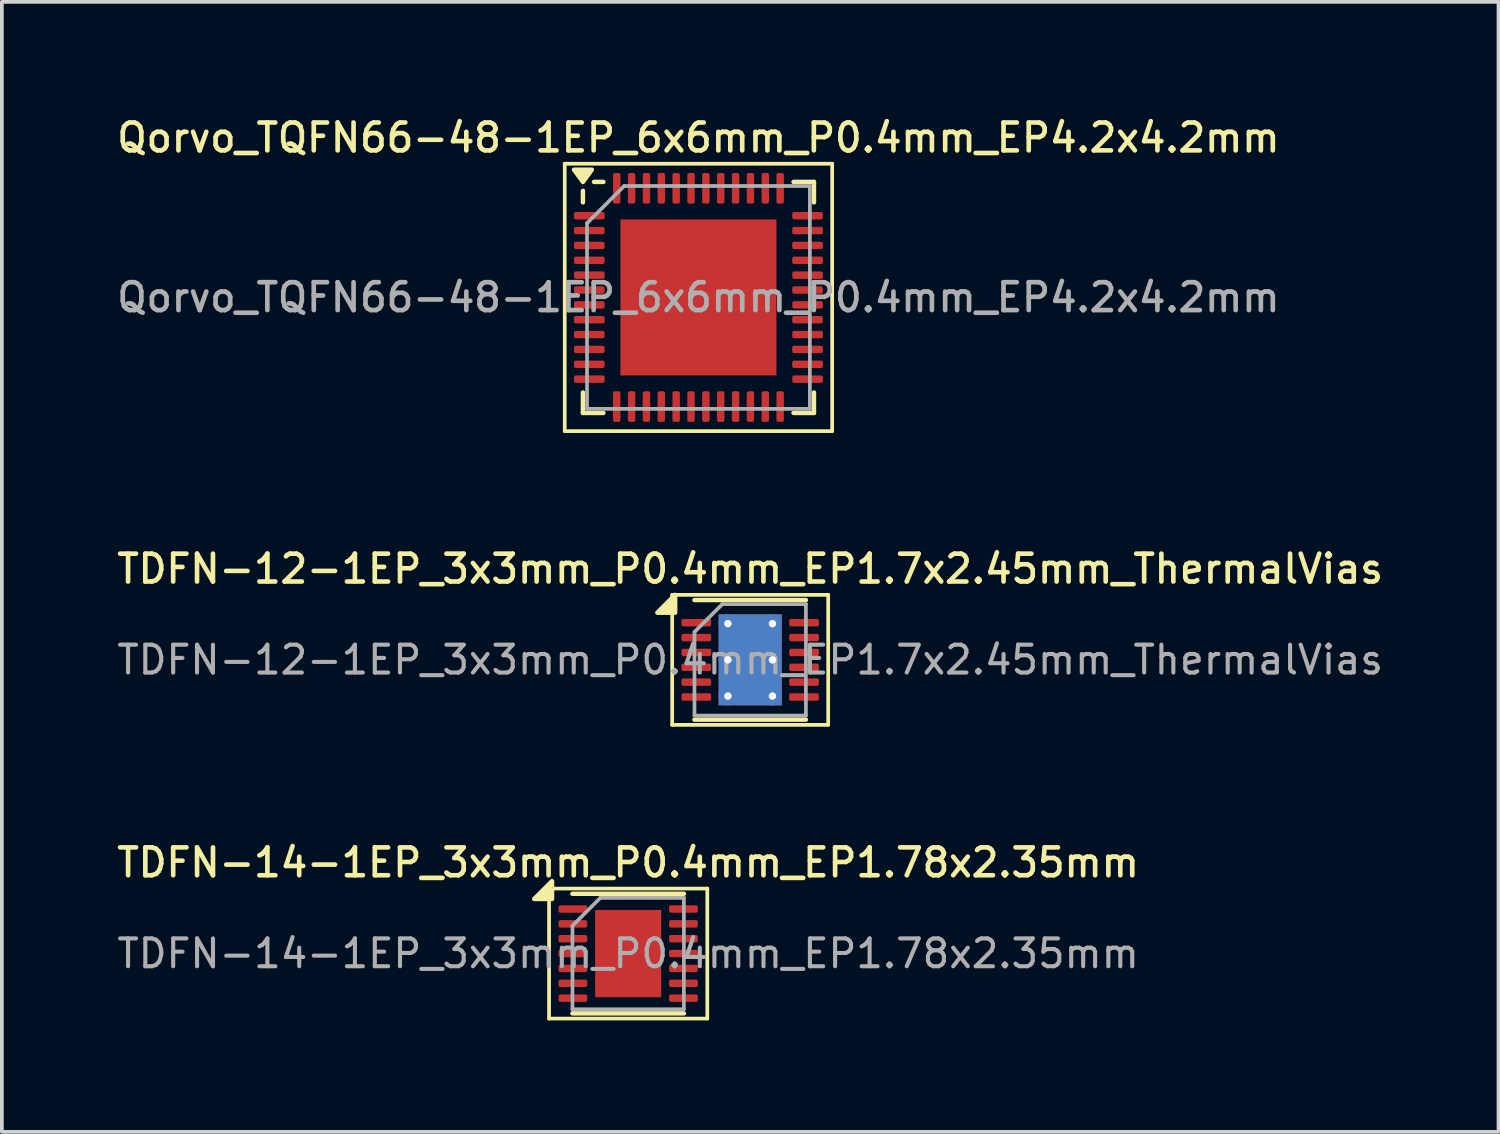
<source format=kicad_pcb>
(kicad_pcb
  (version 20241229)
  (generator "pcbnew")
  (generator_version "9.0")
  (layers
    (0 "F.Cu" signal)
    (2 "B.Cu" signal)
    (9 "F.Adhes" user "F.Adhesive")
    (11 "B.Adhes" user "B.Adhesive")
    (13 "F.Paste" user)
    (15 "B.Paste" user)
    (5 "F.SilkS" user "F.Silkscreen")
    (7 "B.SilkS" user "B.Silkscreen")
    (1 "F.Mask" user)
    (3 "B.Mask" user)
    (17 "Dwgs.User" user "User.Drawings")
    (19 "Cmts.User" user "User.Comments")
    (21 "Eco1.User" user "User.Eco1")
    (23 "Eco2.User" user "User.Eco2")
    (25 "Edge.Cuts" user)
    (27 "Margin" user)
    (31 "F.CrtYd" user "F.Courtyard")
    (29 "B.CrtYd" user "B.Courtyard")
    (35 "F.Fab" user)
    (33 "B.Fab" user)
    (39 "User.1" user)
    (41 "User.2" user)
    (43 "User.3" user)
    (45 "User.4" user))
  (footprint "TDFN-12-1EP_3x3mm_P0.4mm_EP1.7x2.45mm_ThermalVias"
    (layer "F.Cu")
    (at 17.148 14.716)
    (property "Reference" "TDFN-12-1EP_3x3mm_P0.4mm_EP1.7x2.45mm_ThermalVias" (at 0 -2.45 0) (layer "F.SilkS") (effects (font (size 0.75 0.75) (thickness 0.125))))
    (attr smd)
    (fp_line (start -2.1 -1.75) (end -2.1 1.75) (stroke (width 0.1) (type solid)) (layer "F.SilkS"))
    (fp_line (start -2.1 1.75) (end 2.1 1.75) (stroke (width 0.1) (type solid)) (layer "F.SilkS"))
    (fp_line (start -1.5 -1.61) (end 1.5 -1.61) (stroke (width 0.12) (type solid)) (layer "F.SilkS"))
    (fp_line (start -1.5 1.61) (end 1.5 1.61) (stroke (width 0.12) (type solid)) (layer "F.SilkS"))
    (fp_line (start 2.1 -1.75) (end -2.1 -1.75) (stroke (width 0.1) (type solid)) (layer "F.SilkS"))
    (fp_line (start 2.1 1.75) (end 2.1 -1.75) (stroke (width 0.1) (type solid)) (layer "F.SilkS"))
    (fp_poly (pts (xy -2.02 -1.27) (xy -2.5 -1.27) (xy -2.02 -1.75) (xy -2.02 -1.27)) (stroke (width 0.12) (type solid)) (fill yes) (layer "F.SilkS"))
    (fp_line (start -1.5 -0.75) (end -0.75 -1.5) (stroke (width 0.1) (type solid)) (layer "F.Fab"))
    (fp_line (start -1.5 1.5) (end -1.5 -0.75) (stroke (width 0.1) (type solid)) (layer "F.Fab"))
    (fp_line (start -0.75 -1.5) (end 1.5 -1.5) (stroke (width 0.1) (type solid)) (layer "F.Fab"))
    (fp_line (start 1.5 -1.5) (end 1.5 1.5) (stroke (width 0.1) (type solid)) (layer "F.Fab"))
    (fp_line (start 1.5 1.5) (end -1.5 1.5) (stroke (width 0.1) (type solid)) (layer "F.Fab"))
    (fp_text user "${REFERENCE}" (at 0 0 0) (layer "F.Fab") (effects (font (size 0.75 0.75) (thickness 0.11))))
    (pad "" smd roundrect (at -0.57 -0.915) (size 0.46 0.49) (layers "F.Paste") (roundrect_rratio 0.25))
    (pad "" smd roundrect (at -0.57 -0.305) (size 0.46 0.49) (layers "F.Paste") (roundrect_rratio 0.25))
    (pad "" smd roundrect (at -0.57 0.305) (size 0.46 0.49) (layers "F.Paste") (roundrect_rratio 0.25))
    (pad "" smd roundrect (at -0.57 0.915) (size 0.46 0.49) (layers "F.Paste") (roundrect_rratio 0.25))
    (pad "" smd roundrect (at 0 -0.915) (size 0.46 0.49) (layers "F.Paste") (roundrect_rratio 0.25))
    (pad "" smd roundrect (at 0 -0.305) (size 0.46 0.49) (layers "F.Paste") (roundrect_rratio 0.25))
    (pad "" smd roundrect (at 0 0.305) (size 0.46 0.49) (layers "F.Paste") (roundrect_rratio 0.25))
    (pad "" smd roundrect (at 0 0.915) (size 0.46 0.49) (layers "F.Paste") (roundrect_rratio 0.25))
    (pad "" smd roundrect (at 0.57 -0.915) (size 0.46 0.49) (layers "F.Paste") (roundrect_rratio 0.25))
    (pad "" smd roundrect (at 0.57 -0.305) (size 0.46 0.49) (layers "F.Paste") (roundrect_rratio 0.25))
    (pad "" smd roundrect (at 0.57 0.305) (size 0.46 0.49) (layers "F.Paste") (roundrect_rratio 0.25))
    (pad "" smd roundrect (at 0.57 0.915) (size 0.46 0.49) (layers "F.Paste") (roundrect_rratio 0.25))
    (pad "1" smd roundrect (at -1.45 -1) (size 0.8 0.2) (layers "F.Cu" "F.Mask" "F.Paste") (roundrect_rratio 0.25))
    (pad "2" smd roundrect (at -1.45 -0.6) (size 0.8 0.2) (layers "F.Cu" "F.Mask" "F.Paste") (roundrect_rratio 0.25))
    (pad "3" smd roundrect (at -1.45 -0.2) (size 0.8 0.2) (layers "F.Cu" "F.Mask" "F.Paste") (roundrect_rratio 0.25))
    (pad "4" smd roundrect (at -1.45 0.2) (size 0.8 0.2) (layers "F.Cu" "F.Mask" "F.Paste") (roundrect_rratio 0.25))
    (pad "5" smd roundrect (at -1.45 0.6) (size 0.8 0.2) (layers "F.Cu" "F.Mask" "F.Paste") (roundrect_rratio 0.25))
    (pad "6" smd roundrect (at -1.45 1) (size 0.8 0.2) (layers "F.Cu" "F.Mask" "F.Paste") (roundrect_rratio 0.25))
    (pad "7" smd roundrect (at 1.45 1) (size 0.8 0.2) (layers "F.Cu" "F.Mask" "F.Paste") (roundrect_rratio 0.25))
    (pad "8" smd roundrect (at 1.45 0.6) (size 0.8 0.2) (layers "F.Cu" "F.Mask" "F.Paste") (roundrect_rratio 0.25))
    (pad "9" smd roundrect (at 1.45 0.2) (size 0.8 0.2) (layers "F.Cu" "F.Mask" "F.Paste") (roundrect_rratio 0.25))
    (pad "10" smd roundrect (at 1.45 -0.2) (size 0.8 0.2) (layers "F.Cu" "F.Mask" "F.Paste") (roundrect_rratio 0.25))
    (pad "11" smd roundrect (at 1.45 -0.6) (size 0.8 0.2) (layers "F.Cu" "F.Mask" "F.Paste") (roundrect_rratio 0.25))
    (pad "12" smd roundrect (at 1.45 -1) (size 0.8 0.2) (layers "F.Cu" "F.Mask" "F.Paste") (roundrect_rratio 0.25))
    (pad "13" thru_hole circle (at -0.6 -0.975) (size 0.5 0.5) (drill 0.2) (property pad_prop_heatsink) (layers "*.Cu"))
    (pad "13" thru_hole circle (at -0.6 0) (size 0.5 0.5) (drill 0.2) (property pad_prop_heatsink) (layers "*.Cu"))
    (pad "13" thru_hole circle (at -0.6 0.975) (size 0.5 0.5) (drill 0.2) (property pad_prop_heatsink) (layers "*.Cu"))
    (pad "13" smd rect (at 0 0) (size 1.7 2.45) (property pad_prop_heatsink) (layers "F.Cu" "F.Mask"))
    (pad "13" smd rect (at 0 0) (size 1.7 2.45) (property pad_prop_heatsink) (layers "B.Cu"))
    (pad "13" thru_hole circle (at 0.6 -0.975) (size 0.5 0.5) (drill 0.2) (property pad_prop_heatsink) (layers "*.Cu"))
    (pad "13" thru_hole circle (at 0.6 0) (size 0.5 0.5) (drill 0.2) (property pad_prop_heatsink) (layers "*.Cu"))
    (pad "13" thru_hole circle (at 0.6 0.975) (size 0.5 0.5) (drill 0.2) (property pad_prop_heatsink) (layers "*.Cu")))
  (footprint "Qorvo_TQFN66-48-1EP_6x6mm_P0.4mm_EP4.2x4.2mm"
    (layer "F.Cu")
    (at 15.755 4.958)
    (property "Reference" "Qorvo_TQFN66-48-1EP_6x6mm_P0.4mm_EP4.2x4.2mm" (at 0 -4.3 0) (layer "F.SilkS") (effects (font (size 0.75 0.75) (thickness 0.125))))
    (attr smd)
    (fp_line (start -3.6 -3.6) (end -3.6 3.6) (stroke (width 0.1) (type solid)) (layer "F.SilkS"))
    (fp_line (start -3.6 3.6) (end 3.6 3.6) (stroke (width 0.1) (type solid)) (layer "F.SilkS"))
    (fp_line (start -3.11 -2.56) (end -3.11 -2.87) (stroke (width 0.12) (type solid)) (layer "F.SilkS"))
    (fp_line (start -3.11 3.11) (end -3.11 2.56) (stroke (width 0.12) (type solid)) (layer "F.SilkS"))
    (fp_line (start -2.56 -3.11) (end -2.81 -3.11) (stroke (width 0.12) (type solid)) (layer "F.SilkS"))
    (fp_line (start -2.56 3.11) (end -3.11 3.11) (stroke (width 0.12) (type solid)) (layer "F.SilkS"))
    (fp_line (start 2.56 -3.11) (end 3.11 -3.11) (stroke (width 0.12) (type solid)) (layer "F.SilkS"))
    (fp_line (start 2.56 3.11) (end 3.11 3.11) (stroke (width 0.12) (type solid)) (layer "F.SilkS"))
    (fp_line (start 3.11 -3.11) (end 3.11 -2.56) (stroke (width 0.12) (type solid)) (layer "F.SilkS"))
    (fp_line (start 3.11 3.11) (end 3.11 2.56) (stroke (width 0.12) (type solid)) (layer "F.SilkS"))
    (fp_line (start 3.6 -3.6) (end -3.6 -3.6) (stroke (width 0.1) (type solid)) (layer "F.SilkS"))
    (fp_line (start 3.6 3.6) (end 3.6 -3.6) (stroke (width 0.1) (type solid)) (layer "F.SilkS"))
    (fp_poly (pts (xy -3.11 -3.11) (xy -3.35 -3.44) (xy -2.87 -3.44) (xy -3.11 -3.11)) (stroke (width 0.12) (type solid)) (fill yes) (layer "F.SilkS"))
    (fp_line (start -3 -2) (end -2 -3) (stroke (width 0.1) (type solid)) (layer "F.Fab"))
    (fp_line (start -3 3) (end -3 -2) (stroke (width 0.1) (type solid)) (layer "F.Fab"))
    (fp_line (start -2 -3) (end 3 -3) (stroke (width 0.1) (type solid)) (layer "F.Fab"))
    (fp_line (start 3 -3) (end 3 3) (stroke (width 0.1) (type solid)) (layer "F.Fab"))
    (fp_line (start 3 3) (end -3 3) (stroke (width 0.1) (type solid)) (layer "F.Fab"))
    (fp_text user "${REFERENCE}" (at 0 0 0) (layer "F.Fab") (effects (font (size 0.75 0.75) (thickness 0.125))))
    (pad "" smd roundrect (at -1.4 -1.4) (size 1.13 1.13) (layers "F.Paste") (roundrect_rratio 0.221))
    (pad "" smd roundrect (at -1.4 0) (size 1.13 1.13) (layers "F.Paste") (roundrect_rratio 0.221))
    (pad "" smd roundrect (at -1.4 1.4) (size 1.13 1.13) (layers "F.Paste") (roundrect_rratio 0.221))
    (pad "" smd roundrect (at 0 -1.4) (size 1.13 1.13) (layers "F.Paste") (roundrect_rratio 0.221))
    (pad "" smd roundrect (at 0 0) (size 1.13 1.13) (layers "F.Paste") (roundrect_rratio 0.221))
    (pad "" smd roundrect (at 0 1.4) (size 1.13 1.13) (layers "F.Paste") (roundrect_rratio 0.221))
    (pad "" smd roundrect (at 1.4 -1.4) (size 1.13 1.13) (layers "F.Paste") (roundrect_rratio 0.221))
    (pad "" smd roundrect (at 1.4 0) (size 1.13 1.13) (layers "F.Paste") (roundrect_rratio 0.221))
    (pad "" smd roundrect (at 1.4 1.4) (size 1.13 1.13) (layers "F.Paste") (roundrect_rratio 0.221))
    (pad "1" smd roundrect (at -2.938 -2.2) (size 0.825 0.2) (layers "F.Cu" "F.Mask" "F.Paste") (roundrect_rratio 0.25))
    (pad "2" smd roundrect (at -2.938 -1.8) (size 0.825 0.2) (layers "F.Cu" "F.Mask" "F.Paste") (roundrect_rratio 0.25))
    (pad "3" smd roundrect (at -2.938 -1.4) (size 0.825 0.2) (layers "F.Cu" "F.Mask" "F.Paste") (roundrect_rratio 0.25))
    (pad "4" smd roundrect (at -2.938 -1) (size 0.825 0.2) (layers "F.Cu" "F.Mask" "F.Paste") (roundrect_rratio 0.25))
    (pad "5" smd roundrect (at -2.938 -0.6) (size 0.825 0.2) (layers "F.Cu" "F.Mask" "F.Paste") (roundrect_rratio 0.25))
    (pad "6" smd roundrect (at -2.938 -0.2) (size 0.825 0.2) (layers "F.Cu" "F.Mask" "F.Paste") (roundrect_rratio 0.25))
    (pad "7" smd roundrect (at -2.938 0.2) (size 0.825 0.2) (layers "F.Cu" "F.Mask" "F.Paste") (roundrect_rratio 0.25))
    (pad "8" smd roundrect (at -2.938 0.6) (size 0.825 0.2) (layers "F.Cu" "F.Mask" "F.Paste") (roundrect_rratio 0.25))
    (pad "9" smd roundrect (at -2.938 1) (size 0.825 0.2) (layers "F.Cu" "F.Mask" "F.Paste") (roundrect_rratio 0.25))
    (pad "10" smd roundrect (at -2.938 1.4) (size 0.825 0.2) (layers "F.Cu" "F.Mask" "F.Paste") (roundrect_rratio 0.25))
    (pad "11" smd roundrect (at -2.938 1.8) (size 0.825 0.2) (layers "F.Cu" "F.Mask" "F.Paste") (roundrect_rratio 0.25))
    (pad "12" smd roundrect (at -2.938 2.2) (size 0.825 0.2) (layers "F.Cu" "F.Mask" "F.Paste") (roundrect_rratio 0.25))
    (pad "13" smd roundrect (at -2.2 2.938) (size 0.2 0.825) (layers "F.Cu" "F.Mask" "F.Paste") (roundrect_rratio 0.25))
    (pad "14" smd roundrect (at -1.8 2.938) (size 0.2 0.825) (layers "F.Cu" "F.Mask" "F.Paste") (roundrect_rratio 0.25))
    (pad "15" smd roundrect (at -1.4 2.938) (size 0.2 0.825) (layers "F.Cu" "F.Mask" "F.Paste") (roundrect_rratio 0.25))
    (pad "16" smd roundrect (at -1 2.938) (size 0.2 0.825) (layers "F.Cu" "F.Mask" "F.Paste") (roundrect_rratio 0.25))
    (pad "17" smd roundrect (at -0.6 2.938) (size 0.2 0.825) (layers "F.Cu" "F.Mask" "F.Paste") (roundrect_rratio 0.25))
    (pad "18" smd roundrect (at -0.2 2.938) (size 0.2 0.825) (layers "F.Cu" "F.Mask" "F.Paste") (roundrect_rratio 0.25))
    (pad "19" smd roundrect (at 0.2 2.938) (size 0.2 0.825) (layers "F.Cu" "F.Mask" "F.Paste") (roundrect_rratio 0.25))
    (pad "20" smd roundrect (at 0.6 2.938) (size 0.2 0.825) (layers "F.Cu" "F.Mask" "F.Paste") (roundrect_rratio 0.25))
    (pad "21" smd roundrect (at 1 2.938) (size 0.2 0.825) (layers "F.Cu" "F.Mask" "F.Paste") (roundrect_rratio 0.25))
    (pad "22" smd roundrect (at 1.4 2.938) (size 0.2 0.825) (layers "F.Cu" "F.Mask" "F.Paste") (roundrect_rratio 0.25))
    (pad "23" smd roundrect (at 1.8 2.938) (size 0.2 0.825) (layers "F.Cu" "F.Mask" "F.Paste") (roundrect_rratio 0.25))
    (pad "24" smd roundrect (at 2.2 2.938) (size 0.2 0.825) (layers "F.Cu" "F.Mask" "F.Paste") (roundrect_rratio 0.25))
    (pad "25" smd roundrect (at 2.938 2.2) (size 0.825 0.2) (layers "F.Cu" "F.Mask" "F.Paste") (roundrect_rratio 0.25))
    (pad "26" smd roundrect (at 2.938 1.8) (size 0.825 0.2) (layers "F.Cu" "F.Mask" "F.Paste") (roundrect_rratio 0.25))
    (pad "27" smd roundrect (at 2.938 1.4) (size 0.825 0.2) (layers "F.Cu" "F.Mask" "F.Paste") (roundrect_rratio 0.25))
    (pad "28" smd roundrect (at 2.938 1) (size 0.825 0.2) (layers "F.Cu" "F.Mask" "F.Paste") (roundrect_rratio 0.25))
    (pad "29" smd roundrect (at 2.938 0.6) (size 0.825 0.2) (layers "F.Cu" "F.Mask" "F.Paste") (roundrect_rratio 0.25))
    (pad "30" smd roundrect (at 2.938 0.2) (size 0.825 0.2) (layers "F.Cu" "F.Mask" "F.Paste") (roundrect_rratio 0.25))
    (pad "31" smd roundrect (at 2.938 -0.2) (size 0.825 0.2) (layers "F.Cu" "F.Mask" "F.Paste") (roundrect_rratio 0.25))
    (pad "32" smd roundrect (at 2.938 -0.6) (size 0.825 0.2) (layers "F.Cu" "F.Mask" "F.Paste") (roundrect_rratio 0.25))
    (pad "33" smd roundrect (at 2.938 -1) (size 0.825 0.2) (layers "F.Cu" "F.Mask" "F.Paste") (roundrect_rratio 0.25))
    (pad "34" smd roundrect (at 2.938 -1.4) (size 0.825 0.2) (layers "F.Cu" "F.Mask" "F.Paste") (roundrect_rratio 0.25))
    (pad "35" smd roundrect (at 2.938 -1.8) (size 0.825 0.2) (layers "F.Cu" "F.Mask" "F.Paste") (roundrect_rratio 0.25))
    (pad "36" smd roundrect (at 2.938 -2.2) (size 0.825 0.2) (layers "F.Cu" "F.Mask" "F.Paste") (roundrect_rratio 0.25))
    (pad "37" smd roundrect (at 2.2 -2.938) (size 0.2 0.825) (layers "F.Cu" "F.Mask" "F.Paste") (roundrect_rratio 0.25))
    (pad "38" smd roundrect (at 1.8 -2.938) (size 0.2 0.825) (layers "F.Cu" "F.Mask" "F.Paste") (roundrect_rratio 0.25))
    (pad "39" smd roundrect (at 1.4 -2.938) (size 0.2 0.825) (layers "F.Cu" "F.Mask" "F.Paste") (roundrect_rratio 0.25))
    (pad "40" smd roundrect (at 1 -2.938) (size 0.2 0.825) (layers "F.Cu" "F.Mask" "F.Paste") (roundrect_rratio 0.25))
    (pad "41" smd roundrect (at 0.6 -2.938) (size 0.2 0.825) (layers "F.Cu" "F.Mask" "F.Paste") (roundrect_rratio 0.25))
    (pad "42" smd roundrect (at 0.2 -2.938) (size 0.2 0.825) (layers "F.Cu" "F.Mask" "F.Paste") (roundrect_rratio 0.25))
    (pad "43" smd roundrect (at -0.2 -2.938) (size 0.2 0.825) (layers "F.Cu" "F.Mask" "F.Paste") (roundrect_rratio 0.25))
    (pad "44" smd roundrect (at -0.6 -2.938) (size 0.2 0.825) (layers "F.Cu" "F.Mask" "F.Paste") (roundrect_rratio 0.25))
    (pad "45" smd roundrect (at -1 -2.938) (size 0.2 0.825) (layers "F.Cu" "F.Mask" "F.Paste") (roundrect_rratio 0.25))
    (pad "46" smd roundrect (at -1.4 -2.938) (size 0.2 0.825) (layers "F.Cu" "F.Mask" "F.Paste") (roundrect_rratio 0.25))
    (pad "47" smd roundrect (at -1.8 -2.938) (size 0.2 0.825) (layers "F.Cu" "F.Mask" "F.Paste") (roundrect_rratio 0.25))
    (pad "48" smd roundrect (at -2.2 -2.938) (size 0.2 0.825) (layers "F.Cu" "F.Mask" "F.Paste") (roundrect_rratio 0.25))
    (pad "49" smd rect (at 0 0) (size 4.2 4.2) (property pad_prop_heatsink) (layers "F.Cu" "F.Mask")))
  (footprint "TDFN-14-1EP_3x3mm_P0.4mm_EP1.78x2.35mm"
    (layer "F.Cu")
    (at 13.863 22.624)
    (property "Reference" "TDFN-14-1EP_3x3mm_P0.4mm_EP1.78x2.35mm" (at 0 -2.45 0) (layer "F.SilkS") (effects (font (size 0.75 0.75) (thickness 0.125))))
    (attr smd)
    (fp_line (start -2.13 -1.75) (end -2.13 1.75) (stroke (width 0.1) (type solid)) (layer "F.SilkS"))
    (fp_line (start -2.13 1.75) (end 2.13 1.75) (stroke (width 0.1) (type solid)) (layer "F.SilkS"))
    (fp_line (start -1.5 -1.61) (end 1.5 -1.61) (stroke (width 0.12) (type solid)) (layer "F.SilkS"))
    (fp_line (start -1.5 1.61) (end 1.5 1.61) (stroke (width 0.12) (type solid)) (layer "F.SilkS"))
    (fp_line (start 2.13 -1.75) (end -2.13 -1.75) (stroke (width 0.1) (type solid)) (layer "F.SilkS"))
    (fp_line (start 2.13 1.75) (end 2.13 -1.75) (stroke (width 0.1) (type solid)) (layer "F.SilkS"))
    (fp_poly (pts (xy -2.05 -1.47) (xy -2.53 -1.47) (xy -2.05 -1.95) (xy -2.05 -1.47)) (stroke (width 0.12) (type solid)) (fill yes) (layer "F.SilkS"))
    (fp_line (start -1.5 -0.75) (end -0.75 -1.5) (stroke (width 0.1) (type solid)) (layer "F.Fab"))
    (fp_line (start -1.5 1.5) (end -1.5 -0.75) (stroke (width 0.1) (type solid)) (layer "F.Fab"))
    (fp_line (start -0.75 -1.5) (end 1.5 -1.5) (stroke (width 0.1) (type solid)) (layer "F.Fab"))
    (fp_line (start 1.5 -1.5) (end 1.5 1.5) (stroke (width 0.1) (type solid)) (layer "F.Fab"))
    (fp_line (start 1.5 1.5) (end -1.5 1.5) (stroke (width 0.1) (type solid)) (layer "F.Fab"))
    (fp_text user "${REFERENCE}" (at 0 0 0) (layer "F.Fab") (effects (font (size 0.75 0.75) (thickness 0.11))))
    (pad "" smd roundrect (at -0.445 -0.59) (size 0.72 0.95) (layers "F.Paste") (roundrect_rratio 0.25))
    (pad "" smd roundrect (at -0.445 0.59) (size 0.72 0.95) (layers "F.Paste") (roundrect_rratio 0.25))
    (pad "" smd roundrect (at 0.445 -0.59) (size 0.72 0.95) (layers "F.Paste") (roundrect_rratio 0.25))
    (pad "" smd roundrect (at 0.445 0.59) (size 0.72 0.95) (layers "F.Paste") (roundrect_rratio 0.25))
    (pad "1" smd roundrect (at -1.488 -1.2) (size 0.775 0.2) (layers "F.Cu" "F.Mask" "F.Paste") (roundrect_rratio 0.25))
    (pad "2" smd roundrect (at -1.488 -0.8) (size 0.775 0.2) (layers "F.Cu" "F.Mask" "F.Paste") (roundrect_rratio 0.25))
    (pad "3" smd roundrect (at -1.488 -0.4) (size 0.775 0.2) (layers "F.Cu" "F.Mask" "F.Paste") (roundrect_rratio 0.25))
    (pad "4" smd roundrect (at -1.488 0) (size 0.775 0.2) (layers "F.Cu" "F.Mask" "F.Paste") (roundrect_rratio 0.25))
    (pad "5" smd roundrect (at -1.488 0.4) (size 0.775 0.2) (layers "F.Cu" "F.Mask" "F.Paste") (roundrect_rratio 0.25))
    (pad "6" smd roundrect (at -1.488 0.8) (size 0.775 0.2) (layers "F.Cu" "F.Mask" "F.Paste") (roundrect_rratio 0.25))
    (pad "7" smd roundrect (at -1.488 1.2) (size 0.775 0.2) (layers "F.Cu" "F.Mask" "F.Paste") (roundrect_rratio 0.25))
    (pad "8" smd roundrect (at 1.488 1.2) (size 0.775 0.2) (layers "F.Cu" "F.Mask" "F.Paste") (roundrect_rratio 0.25))
    (pad "9" smd roundrect (at 1.488 0.8) (size 0.775 0.2) (layers "F.Cu" "F.Mask" "F.Paste") (roundrect_rratio 0.25))
    (pad "10" smd roundrect (at 1.488 0.4) (size 0.775 0.2) (layers "F.Cu" "F.Mask" "F.Paste") (roundrect_rratio 0.25))
    (pad "11" smd roundrect (at 1.488 0) (size 0.775 0.2) (layers "F.Cu" "F.Mask" "F.Paste") (roundrect_rratio 0.25))
    (pad "12" smd roundrect (at 1.488 -0.4) (size 0.775 0.2) (layers "F.Cu" "F.Mask" "F.Paste") (roundrect_rratio 0.25))
    (pad "13" smd roundrect (at 1.488 -0.8) (size 0.775 0.2) (layers "F.Cu" "F.Mask" "F.Paste") (roundrect_rratio 0.25))
    (pad "14" smd roundrect (at 1.488 -1.2) (size 0.775 0.2) (layers "F.Cu" "F.Mask" "F.Paste") (roundrect_rratio 0.25))
    (pad "15" smd rect (at 0 0) (size 1.78 2.35) (property pad_prop_heatsink) (layers "F.Cu" "F.Mask")))
  (gr_rect
    (start -3 -3)
    (end 37.296 27.424)
    (stroke (width 0.1) (type default))
    (fill no)
    (layer "Edge.Cuts")))
</source>
